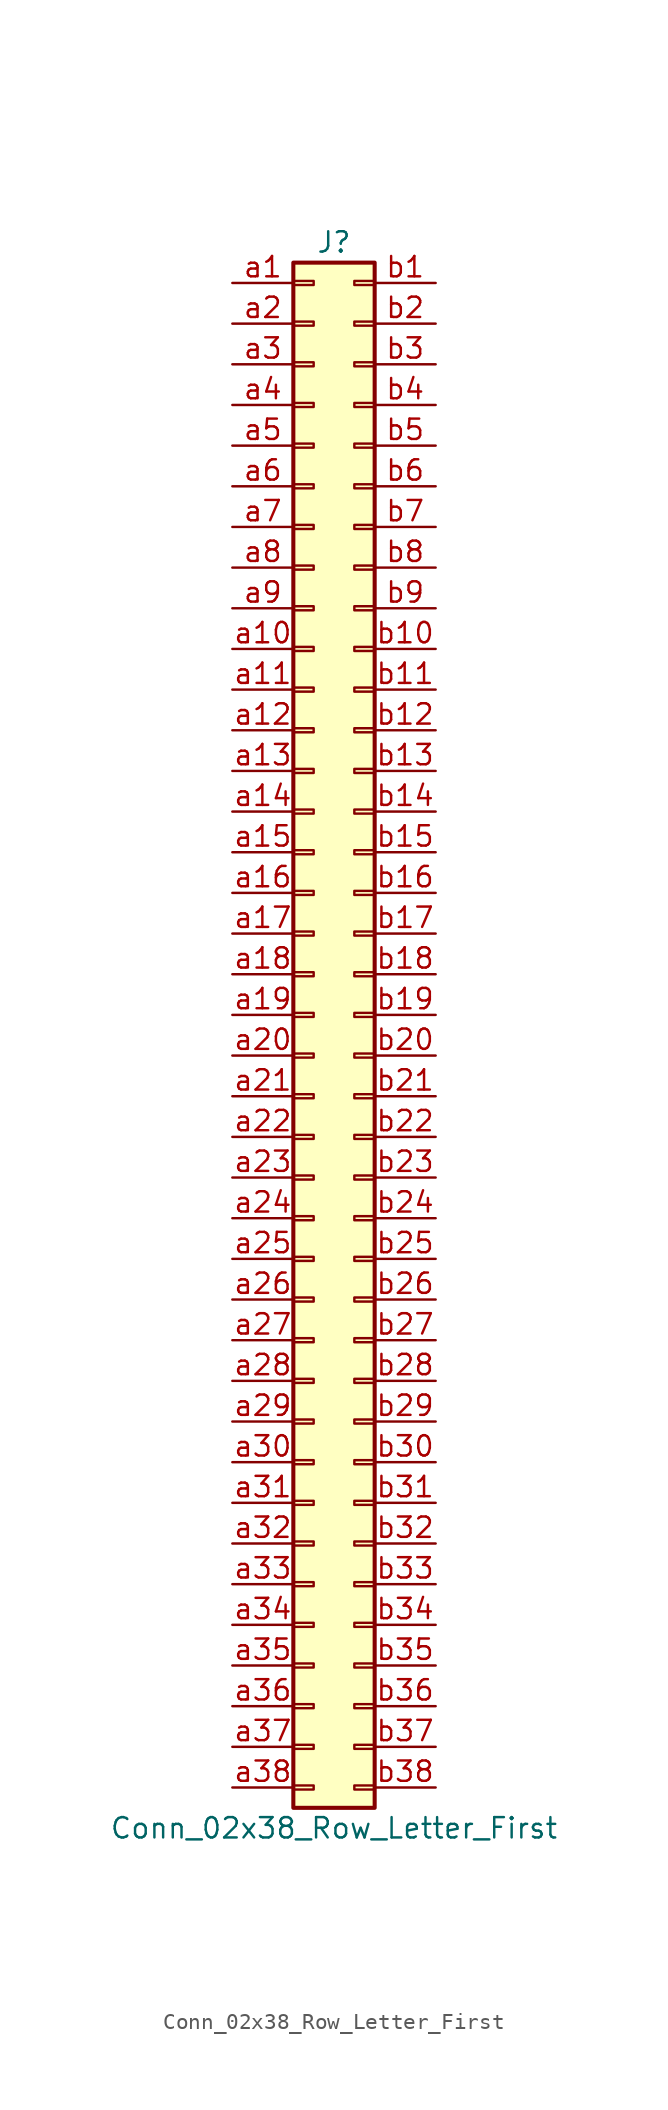
<source format=kicad_sym>
(kicad_symbol_lib
  (version 20220914)
  (generator kicad_symbol_editor)
  (symbol "Conn_02x38_Row_Letter_First"
    (pin_names
      (offset 1.016) hide)
    (property "Reference" "J"
      (at 1.27 48.26 0)
      (effects (font (size 1.27 1.27))))
    (property "Value" "Conn_02x38_Row_Letter_First"
      (at 1.27 -50.8 0)
      (effects (font (size 1.27 1.27))))
    (symbol "Conn_02x38_Row_Letter_First_1_1"
      (rectangle (start -1.27 -48.133) (end 0 -48.387) (stroke (width 0.152) (type default)) (fill (type none)))
      (rectangle (start -1.27 -45.593) (end 0 -45.847) (stroke (width 0.152) (type default)) (fill (type none)))
      (rectangle (start -1.27 -43.053) (end 0 -43.307) (stroke (width 0.152) (type default)) (fill (type none)))
      (rectangle (start -1.27 -40.513) (end 0 -40.767) (stroke (width 0.152) (type default)) (fill (type none)))
      (rectangle (start -1.27 -37.973) (end 0 -38.227) (stroke (width 0.152) (type default)) (fill (type none)))
      (rectangle (start -1.27 -35.433) (end 0 -35.687) (stroke (width 0.152) (type default)) (fill (type none)))
      (rectangle (start -1.27 -32.893) (end 0 -33.147) (stroke (width 0.152) (type default)) (fill (type none)))
      (rectangle (start -1.27 -30.353) (end 0 -30.607) (stroke (width 0.152) (type default)) (fill (type none)))
      (rectangle (start -1.27 -27.813) (end 0 -28.067) (stroke (width 0.152) (type default)) (fill (type none)))
      (rectangle (start -1.27 -25.273) (end 0 -25.527) (stroke (width 0.152) (type default)) (fill (type none)))
      (rectangle (start -1.27 -22.733) (end 0 -22.987) (stroke (width 0.152) (type default)) (fill (type none)))
      (rectangle (start -1.27 -20.193) (end 0 -20.447) (stroke (width 0.152) (type default)) (fill (type none)))
      (rectangle (start -1.27 -17.653) (end 0 -17.907) (stroke (width 0.152) (type default)) (fill (type none)))
      (rectangle (start -1.27 -15.113) (end 0 -15.367) (stroke (width 0.152) (type default)) (fill (type none)))
      (rectangle (start -1.27 -12.573) (end 0 -12.827) (stroke (width 0.152) (type default)) (fill (type none)))
      (rectangle (start -1.27 -10.033) (end 0 -10.287) (stroke (width 0.152) (type default)) (fill (type none)))
      (rectangle (start -1.27 -7.493) (end 0 -7.747) (stroke (width 0.152) (type default)) (fill (type none)))
      (rectangle (start -1.27 -4.953) (end 0 -5.207) (stroke (width 0.152) (type default)) (fill (type none)))
      (rectangle (start -1.27 -2.413) (end 0 -2.667) (stroke (width 0.152) (type default)) (fill (type none)))
      (rectangle (start -1.27 0.127) (end 0 -0.127) (stroke (width 0.152) (type default)) (fill (type none)))
      (rectangle (start -1.27 2.667) (end 0 2.413) (stroke (width 0.152) (type default)) (fill (type none)))
      (rectangle (start -1.27 5.207) (end 0 4.953) (stroke (width 0.152) (type default)) (fill (type none)))
      (rectangle (start -1.27 7.747) (end 0 7.493) (stroke (width 0.152) (type default)) (fill (type none)))
      (rectangle (start -1.27 10.287) (end 0 10.033) (stroke (width 0.152) (type default)) (fill (type none)))
      (rectangle (start -1.27 12.827) (end 0 12.573) (stroke (width 0.152) (type default)) (fill (type none)))
      (rectangle (start -1.27 15.367) (end 0 15.113) (stroke (width 0.152) (type default)) (fill (type none)))
      (rectangle (start -1.27 17.907) (end 0 17.653) (stroke (width 0.152) (type default)) (fill (type none)))
      (rectangle (start -1.27 20.447) (end 0 20.193) (stroke (width 0.152) (type default)) (fill (type none)))
      (rectangle (start -1.27 22.987) (end 0 22.733) (stroke (width 0.152) (type default)) (fill (type none)))
      (rectangle (start -1.27 25.527) (end 0 25.273) (stroke (width 0.152) (type default)) (fill (type none)))
      (rectangle (start -1.27 28.067) (end 0 27.813) (stroke (width 0.152) (type default)) (fill (type none)))
      (rectangle (start -1.27 30.607) (end 0 30.353) (stroke (width 0.152) (type default)) (fill (type none)))
      (rectangle (start -1.27 33.147) (end 0 32.893) (stroke (width 0.152) (type default)) (fill (type none)))
      (rectangle (start -1.27 35.687) (end 0 35.433) (stroke (width 0.152) (type default)) (fill (type none)))
      (rectangle (start -1.27 38.227) (end 0 37.973) (stroke (width 0.152) (type default)) (fill (type none)))
      (rectangle (start -1.27 40.767) (end 0 40.513) (stroke (width 0.152) (type default)) (fill (type none)))
      (rectangle (start -1.27 43.307) (end 0 43.053) (stroke (width 0.152) (type default)) (fill (type none)))
      (rectangle (start -1.27 45.847) (end 0 45.593) (stroke (width 0.152) (type default)) (fill (type none)))
      (rectangle (start -1.27 46.99) (end 3.81 -49.53) (stroke (width 0.254) (type default)) (fill (type background)))
      (rectangle (start 3.81 -48.133) (end 2.54 -48.387) (stroke (width 0.152) (type default)) (fill (type none)))
      (rectangle (start 3.81 -45.593) (end 2.54 -45.847) (stroke (width 0.152) (type default)) (fill (type none)))
      (rectangle (start 3.81 -43.053) (end 2.54 -43.307) (stroke (width 0.152) (type default)) (fill (type none)))
      (rectangle (start 3.81 -40.513) (end 2.54 -40.767) (stroke (width 0.152) (type default)) (fill (type none)))
      (rectangle (start 3.81 -37.973) (end 2.54 -38.227) (stroke (width 0.152) (type default)) (fill (type none)))
      (rectangle (start 3.81 -35.433) (end 2.54 -35.687) (stroke (width 0.152) (type default)) (fill (type none)))
      (rectangle (start 3.81 -32.893) (end 2.54 -33.147) (stroke (width 0.152) (type default)) (fill (type none)))
      (rectangle (start 3.81 -30.353) (end 2.54 -30.607) (stroke (width 0.152) (type default)) (fill (type none)))
      (rectangle (start 3.81 -27.813) (end 2.54 -28.067) (stroke (width 0.152) (type default)) (fill (type none)))
      (rectangle (start 3.81 -25.273) (end 2.54 -25.527) (stroke (width 0.152) (type default)) (fill (type none)))
      (rectangle (start 3.81 -22.733) (end 2.54 -22.987) (stroke (width 0.152) (type default)) (fill (type none)))
      (rectangle (start 3.81 -20.193) (end 2.54 -20.447) (stroke (width 0.152) (type default)) (fill (type none)))
      (rectangle (start 3.81 -17.653) (end 2.54 -17.907) (stroke (width 0.152) (type default)) (fill (type none)))
      (rectangle (start 3.81 -15.113) (end 2.54 -15.367) (stroke (width 0.152) (type default)) (fill (type none)))
      (rectangle (start 3.81 -12.573) (end 2.54 -12.827) (stroke (width 0.152) (type default)) (fill (type none)))
      (rectangle (start 3.81 -10.033) (end 2.54 -10.287) (stroke (width 0.152) (type default)) (fill (type none)))
      (rectangle (start 3.81 -7.493) (end 2.54 -7.747) (stroke (width 0.152) (type default)) (fill (type none)))
      (rectangle (start 3.81 -4.953) (end 2.54 -5.207) (stroke (width 0.152) (type default)) (fill (type none)))
      (rectangle (start 3.81 -2.413) (end 2.54 -2.667) (stroke (width 0.152) (type default)) (fill (type none)))
      (rectangle (start 3.81 0.127) (end 2.54 -0.127) (stroke (width 0.152) (type default)) (fill (type none)))
      (rectangle (start 3.81 2.667) (end 2.54 2.413) (stroke (width 0.152) (type default)) (fill (type none)))
      (rectangle (start 3.81 5.207) (end 2.54 4.953) (stroke (width 0.152) (type default)) (fill (type none)))
      (rectangle (start 3.81 7.747) (end 2.54 7.493) (stroke (width 0.152) (type default)) (fill (type none)))
      (rectangle (start 3.81 10.287) (end 2.54 10.033) (stroke (width 0.152) (type default)) (fill (type none)))
      (rectangle (start 3.81 12.827) (end 2.54 12.573) (stroke (width 0.152) (type default)) (fill (type none)))
      (rectangle (start 3.81 15.367) (end 2.54 15.113) (stroke (width 0.152) (type default)) (fill (type none)))
      (rectangle (start 3.81 17.907) (end 2.54 17.653) (stroke (width 0.152) (type default)) (fill (type none)))
      (rectangle (start 3.81 20.447) (end 2.54 20.193) (stroke (width 0.152) (type default)) (fill (type none)))
      (rectangle (start 3.81 22.987) (end 2.54 22.733) (stroke (width 0.152) (type default)) (fill (type none)))
      (rectangle (start 3.81 25.527) (end 2.54 25.273) (stroke (width 0.152) (type default)) (fill (type none)))
      (rectangle (start 3.81 28.067) (end 2.54 27.813) (stroke (width 0.152) (type default)) (fill (type none)))
      (rectangle (start 3.81 30.607) (end 2.54 30.353) (stroke (width 0.152) (type default)) (fill (type none)))
      (rectangle (start 3.81 33.147) (end 2.54 32.893) (stroke (width 0.152) (type default)) (fill (type none)))
      (rectangle (start 3.81 35.687) (end 2.54 35.433) (stroke (width 0.152) (type default)) (fill (type none)))
      (rectangle (start 3.81 38.227) (end 2.54 37.973) (stroke (width 0.152) (type default)) (fill (type none)))
      (rectangle (start 3.81 40.767) (end 2.54 40.513) (stroke (width 0.152) (type default)) (fill (type none)))
      (rectangle (start 3.81 43.307) (end 2.54 43.053) (stroke (width 0.152) (type default)) (fill (type none)))
      (rectangle (start 3.81 45.847) (end 2.54 45.593) (stroke (width 0.152) (type default)) (fill (type none)))
      (pin passive line (at -5.08 45.72 0) (length 3.81) (name "Pin_a1" (effects (font (size 1.27 1.27)))) (number "a1" (effects (font (size 1.27 1.27)))))
      (pin passive line (at -5.08 22.86 0) (length 3.81) (name "Pin_a10" (effects (font (size 1.27 1.27)))) (number "a10" (effects (font (size 1.27 1.27)))))
      (pin passive line (at -5.08 20.32 0) (length 3.81) (name "Pin_a11" (effects (font (size 1.27 1.27)))) (number "a11" (effects (font (size 1.27 1.27)))))
      (pin passive line (at -5.08 17.78 0) (length 3.81) (name "Pin_a12" (effects (font (size 1.27 1.27)))) (number "a12" (effects (font (size 1.27 1.27)))))
      (pin passive line (at -5.08 15.24 0) (length 3.81) (name "Pin_a13" (effects (font (size 1.27 1.27)))) (number "a13" (effects (font (size 1.27 1.27)))))
      (pin passive line (at -5.08 12.7 0) (length 3.81) (name "Pin_a14" (effects (font (size 1.27 1.27)))) (number "a14" (effects (font (size 1.27 1.27)))))
      (pin passive line (at -5.08 10.16 0) (length 3.81) (name "Pin_a15" (effects (font (size 1.27 1.27)))) (number "a15" (effects (font (size 1.27 1.27)))))
      (pin passive line (at -5.08 7.62 0) (length 3.81) (name "Pin_a16" (effects (font (size 1.27 1.27)))) (number "a16" (effects (font (size 1.27 1.27)))))
      (pin passive line (at -5.08 5.08 0) (length 3.81) (name "Pin_a17" (effects (font (size 1.27 1.27)))) (number "a17" (effects (font (size 1.27 1.27)))))
      (pin passive line (at -5.08 2.54 0) (length 3.81) (name "Pin_a18" (effects (font (size 1.27 1.27)))) (number "a18" (effects (font (size 1.27 1.27)))))
      (pin passive line (at -5.08 0 0) (length 3.81) (name "Pin_a19" (effects (font (size 1.27 1.27)))) (number "a19" (effects (font (size 1.27 1.27)))))
      (pin passive line (at -5.08 43.18 0) (length 3.81) (name "Pin_a2" (effects (font (size 1.27 1.27)))) (number "a2" (effects (font (size 1.27 1.27)))))
      (pin passive line (at -5.08 -2.54 0) (length 3.81) (name "Pin_a20" (effects (font (size 1.27 1.27)))) (number "a20" (effects (font (size 1.27 1.27)))))
      (pin passive line (at -5.08 -5.08 0) (length 3.81) (name "Pin_a21" (effects (font (size 1.27 1.27)))) (number "a21" (effects (font (size 1.27 1.27)))))
      (pin passive line (at -5.08 -7.62 0) (length 3.81) (name "Pin_a22" (effects (font (size 1.27 1.27)))) (number "a22" (effects (font (size 1.27 1.27)))))
      (pin passive line (at -5.08 -10.16 0) (length 3.81) (name "Pin_a23" (effects (font (size 1.27 1.27)))) (number "a23" (effects (font (size 1.27 1.27)))))
      (pin passive line (at -5.08 -12.7 0) (length 3.81) (name "Pin_a24" (effects (font (size 1.27 1.27)))) (number "a24" (effects (font (size 1.27 1.27)))))
      (pin passive line (at -5.08 -15.24 0) (length 3.81) (name "Pin_a25" (effects (font (size 1.27 1.27)))) (number "a25" (effects (font (size 1.27 1.27)))))
      (pin passive line (at -5.08 -17.78 0) (length 3.81) (name "Pin_a26" (effects (font (size 1.27 1.27)))) (number "a26" (effects (font (size 1.27 1.27)))))
      (pin passive line (at -5.08 -20.32 0) (length 3.81) (name "Pin_a27" (effects (font (size 1.27 1.27)))) (number "a27" (effects (font (size 1.27 1.27)))))
      (pin passive line (at -5.08 -22.86 0) (length 3.81) (name "Pin_a28" (effects (font (size 1.27 1.27)))) (number "a28" (effects (font (size 1.27 1.27)))))
      (pin passive line (at -5.08 -25.4 0) (length 3.81) (name "Pin_a29" (effects (font (size 1.27 1.27)))) (number "a29" (effects (font (size 1.27 1.27)))))
      (pin passive line (at -5.08 40.64 0) (length 3.81) (name "Pin_a3" (effects (font (size 1.27 1.27)))) (number "a3" (effects (font (size 1.27 1.27)))))
      (pin passive line (at -5.08 -27.94 0) (length 3.81) (name "Pin_a30" (effects (font (size 1.27 1.27)))) (number "a30" (effects (font (size 1.27 1.27)))))
      (pin passive line (at -5.08 -30.48 0) (length 3.81) (name "Pin_a31" (effects (font (size 1.27 1.27)))) (number "a31" (effects (font (size 1.27 1.27)))))
      (pin passive line (at -5.08 -33.02 0) (length 3.81) (name "Pin_a32" (effects (font (size 1.27 1.27)))) (number "a32" (effects (font (size 1.27 1.27)))))
      (pin passive line (at -5.08 -35.56 0) (length 3.81) (name "Pin_a33" (effects (font (size 1.27 1.27)))) (number "a33" (effects (font (size 1.27 1.27)))))
      (pin passive line (at -5.08 -38.1 0) (length 3.81) (name "Pin_a34" (effects (font (size 1.27 1.27)))) (number "a34" (effects (font (size 1.27 1.27)))))
      (pin passive line (at -5.08 -40.64 0) (length 3.81) (name "Pin_a35" (effects (font (size 1.27 1.27)))) (number "a35" (effects (font (size 1.27 1.27)))))
      (pin passive line (at -5.08 -43.18 0) (length 3.81) (name "Pin_a36" (effects (font (size 1.27 1.27)))) (number "a36" (effects (font (size 1.27 1.27)))))
      (pin passive line (at -5.08 -45.72 0) (length 3.81) (name "Pin_a37" (effects (font (size 1.27 1.27)))) (number "a37" (effects (font (size 1.27 1.27)))))
      (pin passive line (at -5.08 -48.26 0) (length 3.81) (name "Pin_a38" (effects (font (size 1.27 1.27)))) (number "a38" (effects (font (size 1.27 1.27)))))
      (pin passive line (at -5.08 38.1 0) (length 3.81) (name "Pin_a4" (effects (font (size 1.27 1.27)))) (number "a4" (effects (font (size 1.27 1.27)))))
      (pin passive line (at -5.08 35.56 0) (length 3.81) (name "Pin_a5" (effects (font (size 1.27 1.27)))) (number "a5" (effects (font (size 1.27 1.27)))))
      (pin passive line (at -5.08 33.02 0) (length 3.81) (name "Pin_a6" (effects (font (size 1.27 1.27)))) (number "a6" (effects (font (size 1.27 1.27)))))
      (pin passive line (at -5.08 30.48 0) (length 3.81) (name "Pin_a7" (effects (font (size 1.27 1.27)))) (number "a7" (effects (font (size 1.27 1.27)))))
      (pin passive line (at -5.08 27.94 0) (length 3.81) (name "Pin_a8" (effects (font (size 1.27 1.27)))) (number "a8" (effects (font (size 1.27 1.27)))))
      (pin passive line (at -5.08 25.4 0) (length 3.81) (name "Pin_a9" (effects (font (size 1.27 1.27)))) (number "a9" (effects (font (size 1.27 1.27)))))
      (pin passive line (at 7.62 45.72 180) (length 3.81) (name "Pin_b1" (effects (font (size 1.27 1.27)))) (number "b1" (effects (font (size 1.27 1.27)))))
      (pin passive line (at 7.62 22.86 180) (length 3.81) (name "Pin_b10" (effects (font (size 1.27 1.27)))) (number "b10" (effects (font (size 1.27 1.27)))))
      (pin passive line (at 7.62 20.32 180) (length 3.81) (name "Pin_b11" (effects (font (size 1.27 1.27)))) (number "b11" (effects (font (size 1.27 1.27)))))
      (pin passive line (at 7.62 17.78 180) (length 3.81) (name "Pin_b12" (effects (font (size 1.27 1.27)))) (number "b12" (effects (font (size 1.27 1.27)))))
      (pin passive line (at 7.62 15.24 180) (length 3.81) (name "Pin_b13" (effects (font (size 1.27 1.27)))) (number "b13" (effects (font (size 1.27 1.27)))))
      (pin passive line (at 7.62 12.7 180) (length 3.81) (name "Pin_b14" (effects (font (size 1.27 1.27)))) (number "b14" (effects (font (size 1.27 1.27)))))
      (pin passive line (at 7.62 10.16 180) (length 3.81) (name "Pin_b15" (effects (font (size 1.27 1.27)))) (number "b15" (effects (font (size 1.27 1.27)))))
      (pin passive line (at 7.62 7.62 180) (length 3.81) (name "Pin_b16" (effects (font (size 1.27 1.27)))) (number "b16" (effects (font (size 1.27 1.27)))))
      (pin passive line (at 7.62 5.08 180) (length 3.81) (name "Pin_b17" (effects (font (size 1.27 1.27)))) (number "b17" (effects (font (size 1.27 1.27)))))
      (pin passive line (at 7.62 2.54 180) (length 3.81) (name "Pin_b18" (effects (font (size 1.27 1.27)))) (number "b18" (effects (font (size 1.27 1.27)))))
      (pin passive line (at 7.62 0 180) (length 3.81) (name "Pin_b19" (effects (font (size 1.27 1.27)))) (number "b19" (effects (font (size 1.27 1.27)))))
      (pin passive line (at 7.62 43.18 180) (length 3.81) (name "Pin_b2" (effects (font (size 1.27 1.27)))) (number "b2" (effects (font (size 1.27 1.27)))))
      (pin passive line (at 7.62 -2.54 180) (length 3.81) (name "Pin_b20" (effects (font (size 1.27 1.27)))) (number "b20" (effects (font (size 1.27 1.27)))))
      (pin passive line (at 7.62 -5.08 180) (length 3.81) (name "Pin_b21" (effects (font (size 1.27 1.27)))) (number "b21" (effects (font (size 1.27 1.27)))))
      (pin passive line (at 7.62 -7.62 180) (length 3.81) (name "Pin_b22" (effects (font (size 1.27 1.27)))) (number "b22" (effects (font (size 1.27 1.27)))))
      (pin passive line (at 7.62 -10.16 180) (length 3.81) (name "Pin_b23" (effects (font (size 1.27 1.27)))) (number "b23" (effects (font (size 1.27 1.27)))))
      (pin passive line (at 7.62 -12.7 180) (length 3.81) (name "Pin_b24" (effects (font (size 1.27 1.27)))) (number "b24" (effects (font (size 1.27 1.27)))))
      (pin passive line (at 7.62 -15.24 180) (length 3.81) (name "Pin_b25" (effects (font (size 1.27 1.27)))) (number "b25" (effects (font (size 1.27 1.27)))))
      (pin passive line (at 7.62 -17.78 180) (length 3.81) (name "Pin_b26" (effects (font (size 1.27 1.27)))) (number "b26" (effects (font (size 1.27 1.27)))))
      (pin passive line (at 7.62 -20.32 180) (length 3.81) (name "Pin_b27" (effects (font (size 1.27 1.27)))) (number "b27" (effects (font (size 1.27 1.27)))))
      (pin passive line (at 7.62 -22.86 180) (length 3.81) (name "Pin_b28" (effects (font (size 1.27 1.27)))) (number "b28" (effects (font (size 1.27 1.27)))))
      (pin passive line (at 7.62 -25.4 180) (length 3.81) (name "Pin_b29" (effects (font (size 1.27 1.27)))) (number "b29" (effects (font (size 1.27 1.27)))))
      (pin passive line (at 7.62 40.64 180) (length 3.81) (name "Pin_b3" (effects (font (size 1.27 1.27)))) (number "b3" (effects (font (size 1.27 1.27)))))
      (pin passive line (at 7.62 -27.94 180) (length 3.81) (name "Pin_b30" (effects (font (size 1.27 1.27)))) (number "b30" (effects (font (size 1.27 1.27)))))
      (pin passive line (at 7.62 -30.48 180) (length 3.81) (name "Pin_b31" (effects (font (size 1.27 1.27)))) (number "b31" (effects (font (size 1.27 1.27)))))
      (pin passive line (at 7.62 -33.02 180) (length 3.81) (name "Pin_b32" (effects (font (size 1.27 1.27)))) (number "b32" (effects (font (size 1.27 1.27)))))
      (pin passive line (at 7.62 -35.56 180) (length 3.81) (name "Pin_b33" (effects (font (size 1.27 1.27)))) (number "b33" (effects (font (size 1.27 1.27)))))
      (pin passive line (at 7.62 -38.1 180) (length 3.81) (name "Pin_b34" (effects (font (size 1.27 1.27)))) (number "b34" (effects (font (size 1.27 1.27)))))
      (pin passive line (at 7.62 -40.64 180) (length 3.81) (name "Pin_b35" (effects (font (size 1.27 1.27)))) (number "b35" (effects (font (size 1.27 1.27)))))
      (pin passive line (at 7.62 -43.18 180) (length 3.81) (name "Pin_b36" (effects (font (size 1.27 1.27)))) (number "b36" (effects (font (size 1.27 1.27)))))
      (pin passive line (at 7.62 -45.72 180) (length 3.81) (name "Pin_b37" (effects (font (size 1.27 1.27)))) (number "b37" (effects (font (size 1.27 1.27)))))
      (pin passive line (at 7.62 -48.26 180) (length 3.81) (name "Pin_b38" (effects (font (size 1.27 1.27)))) (number "b38" (effects (font (size 1.27 1.27)))))
      (pin passive line (at 7.62 38.1 180) (length 3.81) (name "Pin_b4" (effects (font (size 1.27 1.27)))) (number "b4" (effects (font (size 1.27 1.27)))))
      (pin passive line (at 7.62 35.56 180) (length 3.81) (name "Pin_b5" (effects (font (size 1.27 1.27)))) (number "b5" (effects (font (size 1.27 1.27)))))
      (pin passive line (at 7.62 33.02 180) (length 3.81) (name "Pin_b6" (effects (font (size 1.27 1.27)))) (number "b6" (effects (font (size 1.27 1.27)))))
      (pin passive line (at 7.62 30.48 180) (length 3.81) (name "Pin_b7" (effects (font (size 1.27 1.27)))) (number "b7" (effects (font (size 1.27 1.27)))))
      (pin passive line (at 7.62 27.94 180) (length 3.81) (name "Pin_b8" (effects (font (size 1.27 1.27)))) (number "b8" (effects (font (size 1.27 1.27)))))
      (pin passive line (at 7.62 25.4 180) (length 3.81) (name "Pin_b9" (effects (font (size 1.27 1.27)))) (number "b9" (effects (font (size 1.27 1.27))))))))
</source>
